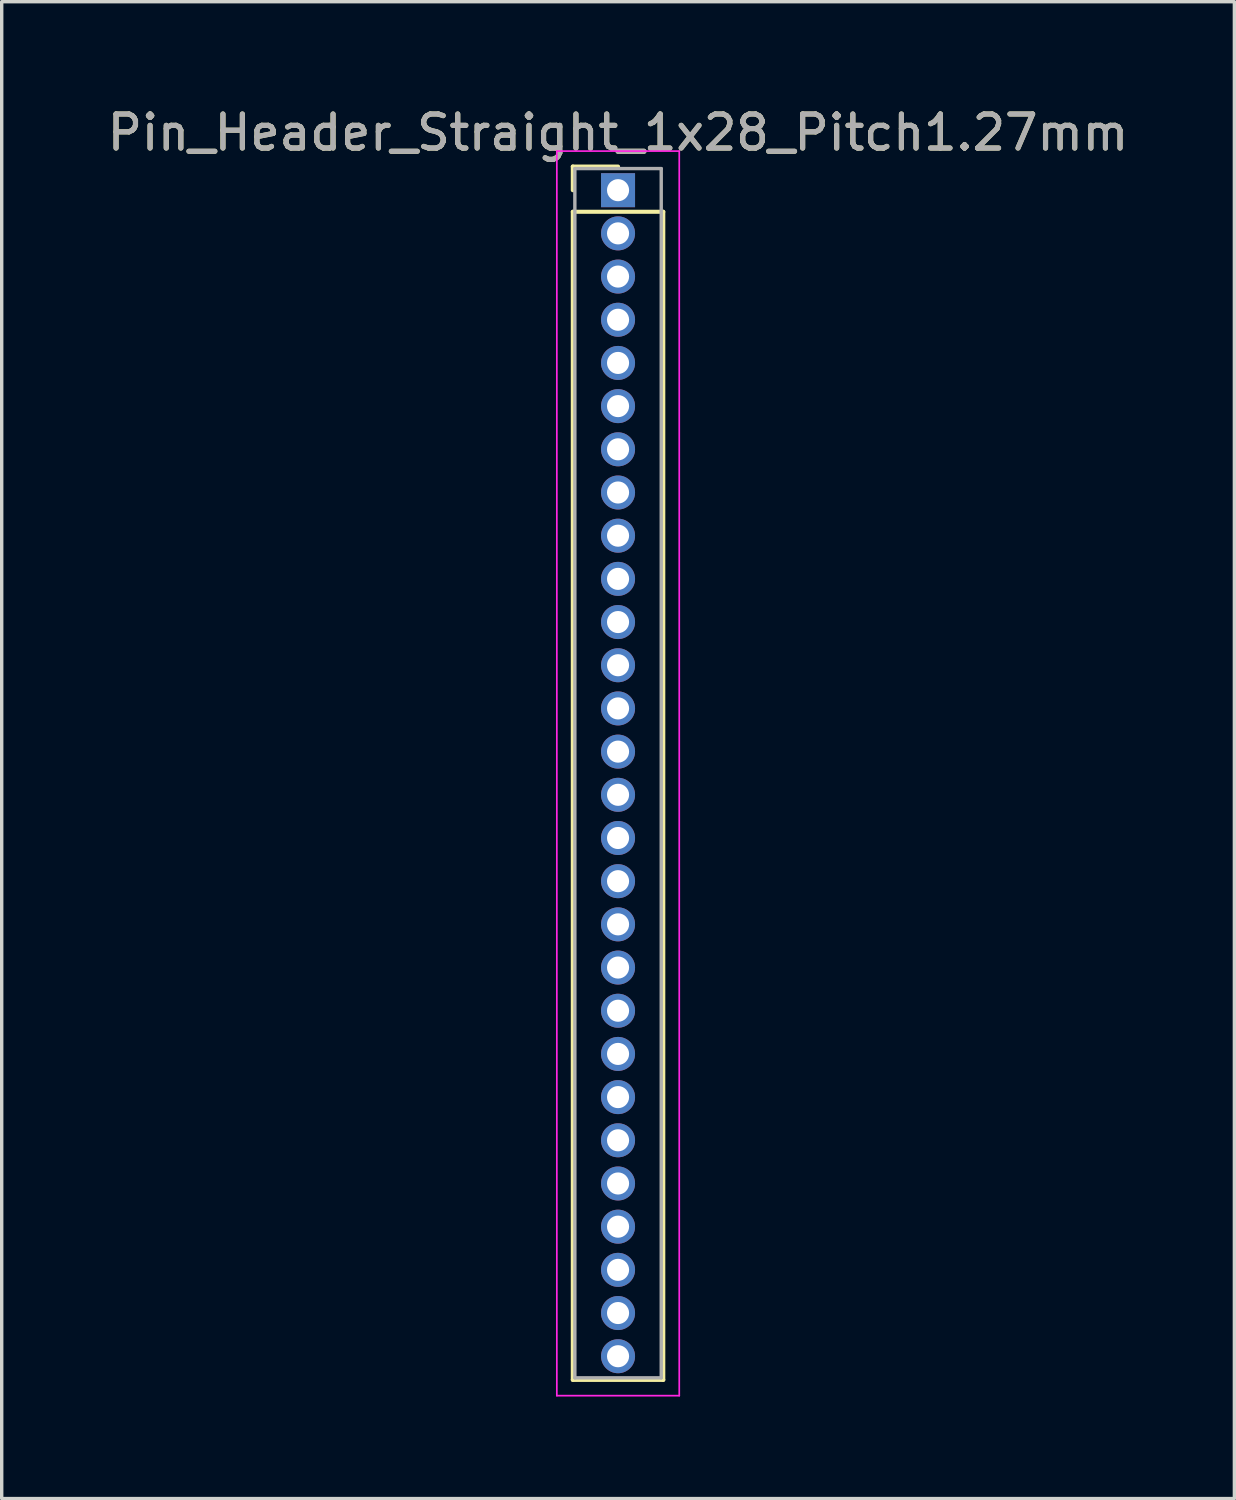
<source format=kicad_pcb>
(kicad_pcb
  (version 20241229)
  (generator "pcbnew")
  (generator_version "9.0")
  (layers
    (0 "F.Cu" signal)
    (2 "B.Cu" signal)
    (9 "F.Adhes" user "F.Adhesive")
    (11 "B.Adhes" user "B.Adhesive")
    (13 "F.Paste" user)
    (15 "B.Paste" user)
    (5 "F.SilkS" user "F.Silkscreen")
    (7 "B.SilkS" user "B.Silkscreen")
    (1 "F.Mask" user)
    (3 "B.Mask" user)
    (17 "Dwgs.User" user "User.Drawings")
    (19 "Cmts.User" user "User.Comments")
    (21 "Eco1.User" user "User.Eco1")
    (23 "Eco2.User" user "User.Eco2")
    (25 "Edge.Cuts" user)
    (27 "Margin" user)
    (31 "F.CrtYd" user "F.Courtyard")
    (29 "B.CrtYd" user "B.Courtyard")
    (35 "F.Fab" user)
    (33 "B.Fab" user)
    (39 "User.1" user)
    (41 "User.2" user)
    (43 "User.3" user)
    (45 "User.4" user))
  (footprint "Pin_Header_Straight_1x28_Pitch1.27mm"
    (layer "F.Cu")
    (at 15.125 2.543)
    (property "Reference" "Pin_Header_Straight_1x28_Pitch1.27mm" (at 0 -1.695 0) (layer "F.SilkS") (effects (font (size 1 1) (thickness 0.15))))
    (attr through_hole)
    (fp_line (start -1.33 -0.695) (end 0 -0.695) (stroke (width 0.12) (type solid)) (layer "F.SilkS"))
    (fp_line (start -1.33 0) (end -1.33 -0.695) (stroke (width 0.12) (type solid)) (layer "F.SilkS"))
    (fp_line (start -1.33 0.635) (end -1.33 34.985) (stroke (width 0.12) (type solid)) (layer "F.SilkS"))
    (fp_line (start -1.33 34.985) (end 1.33 34.985) (stroke (width 0.12) (type solid)) (layer "F.SilkS"))
    (fp_line (start 1.33 0.635) (end -1.33 0.635) (stroke (width 0.12) (type solid)) (layer "F.SilkS"))
    (fp_line (start 1.33 34.985) (end 1.33 0.635) (stroke (width 0.12) (type solid)) (layer "F.SilkS"))
    (fp_line (start -1.8 -1.15) (end -1.8 35.45) (stroke (width 0.05) (type solid)) (layer "F.CrtYd"))
    (fp_line (start -1.8 35.45) (end 1.8 35.45) (stroke (width 0.05) (type solid)) (layer "F.CrtYd"))
    (fp_line (start 1.8 -1.15) (end -1.8 -1.15) (stroke (width 0.05) (type solid)) (layer "F.CrtYd"))
    (fp_line (start 1.8 35.45) (end 1.8 -1.15) (stroke (width 0.05) (type solid)) (layer "F.CrtYd"))
    (fp_line (start -1.27 -0.635) (end -1.27 34.925) (stroke (width 0.1) (type solid)) (layer "F.Fab"))
    (fp_line (start -1.27 34.925) (end 1.27 34.925) (stroke (width 0.1) (type solid)) (layer "F.Fab"))
    (fp_line (start 1.27 -0.635) (end -1.27 -0.635) (stroke (width 0.1) (type solid)) (layer "F.Fab"))
    (fp_line (start 1.27 34.925) (end 1.27 -0.635) (stroke (width 0.1) (type solid)) (layer "F.Fab"))
    (fp_text user "${REFERENCE}" (at 0 -1.695 0) (layer "F.Fab") (effects (font (size 1 1) (thickness 0.15))))
    (pad "1" thru_hole rect (at 0 0) (size 1 1) (drill 0.65) (layers "*.Cu" "*.Mask"))
    (pad "2" thru_hole oval (at 0 1.27) (size 1 1) (drill 0.65) (layers "*.Cu" "*.Mask"))
    (pad "3" thru_hole oval (at 0 2.54) (size 1 1) (drill 0.65) (layers "*.Cu" "*.Mask"))
    (pad "4" thru_hole oval (at 0 3.81) (size 1 1) (drill 0.65) (layers "*.Cu" "*.Mask"))
    (pad "5" thru_hole oval (at 0 5.08) (size 1 1) (drill 0.65) (layers "*.Cu" "*.Mask"))
    (pad "6" thru_hole oval (at 0 6.35) (size 1 1) (drill 0.65) (layers "*.Cu" "*.Mask"))
    (pad "7" thru_hole oval (at 0 7.62) (size 1 1) (drill 0.65) (layers "*.Cu" "*.Mask"))
    (pad "8" thru_hole oval (at 0 8.89) (size 1 1) (drill 0.65) (layers "*.Cu" "*.Mask"))
    (pad "9" thru_hole oval (at 0 10.16) (size 1 1) (drill 0.65) (layers "*.Cu" "*.Mask"))
    (pad "10" thru_hole oval (at 0 11.43) (size 1 1) (drill 0.65) (layers "*.Cu" "*.Mask"))
    (pad "11" thru_hole oval (at 0 12.7) (size 1 1) (drill 0.65) (layers "*.Cu" "*.Mask"))
    (pad "12" thru_hole oval (at 0 13.97) (size 1 1) (drill 0.65) (layers "*.Cu" "*.Mask"))
    (pad "13" thru_hole oval (at 0 15.24) (size 1 1) (drill 0.65) (layers "*.Cu" "*.Mask"))
    (pad "14" thru_hole oval (at 0 16.51) (size 1 1) (drill 0.65) (layers "*.Cu" "*.Mask"))
    (pad "15" thru_hole oval (at 0 17.78) (size 1 1) (drill 0.65) (layers "*.Cu" "*.Mask"))
    (pad "16" thru_hole oval (at 0 19.05) (size 1 1) (drill 0.65) (layers "*.Cu" "*.Mask"))
    (pad "17" thru_hole oval (at 0 20.32) (size 1 1) (drill 0.65) (layers "*.Cu" "*.Mask"))
    (pad "18" thru_hole oval (at 0 21.59) (size 1 1) (drill 0.65) (layers "*.Cu" "*.Mask"))
    (pad "19" thru_hole oval (at 0 22.86) (size 1 1) (drill 0.65) (layers "*.Cu" "*.Mask"))
    (pad "20" thru_hole oval (at 0 24.13) (size 1 1) (drill 0.65) (layers "*.Cu" "*.Mask"))
    (pad "21" thru_hole oval (at 0 25.4) (size 1 1) (drill 0.65) (layers "*.Cu" "*.Mask"))
    (pad "22" thru_hole oval (at 0 26.67) (size 1 1) (drill 0.65) (layers "*.Cu" "*.Mask"))
    (pad "23" thru_hole oval (at 0 27.94) (size 1 1) (drill 0.65) (layers "*.Cu" "*.Mask"))
    (pad "24" thru_hole oval (at 0 29.21) (size 1 1) (drill 0.65) (layers "*.Cu" "*.Mask"))
    (pad "25" thru_hole oval (at 0 30.48) (size 1 1) (drill 0.65) (layers "*.Cu" "*.Mask"))
    (pad "26" thru_hole oval (at 0 31.75) (size 1 1) (drill 0.65) (layers "*.Cu" "*.Mask"))
    (pad "27" thru_hole oval (at 0 33.02) (size 1 1) (drill 0.65) (layers "*.Cu" "*.Mask"))
    (pad "28" thru_hole oval (at 0 34.29) (size 1 1) (drill 0.65) (layers "*.Cu" "*.Mask")))
  (gr_rect
    (start -3 -3)
    (end 33.25 41.018)
    (stroke (width 0.1) (type default))
    (fill no)
    (layer "Edge.Cuts")))
</source>
